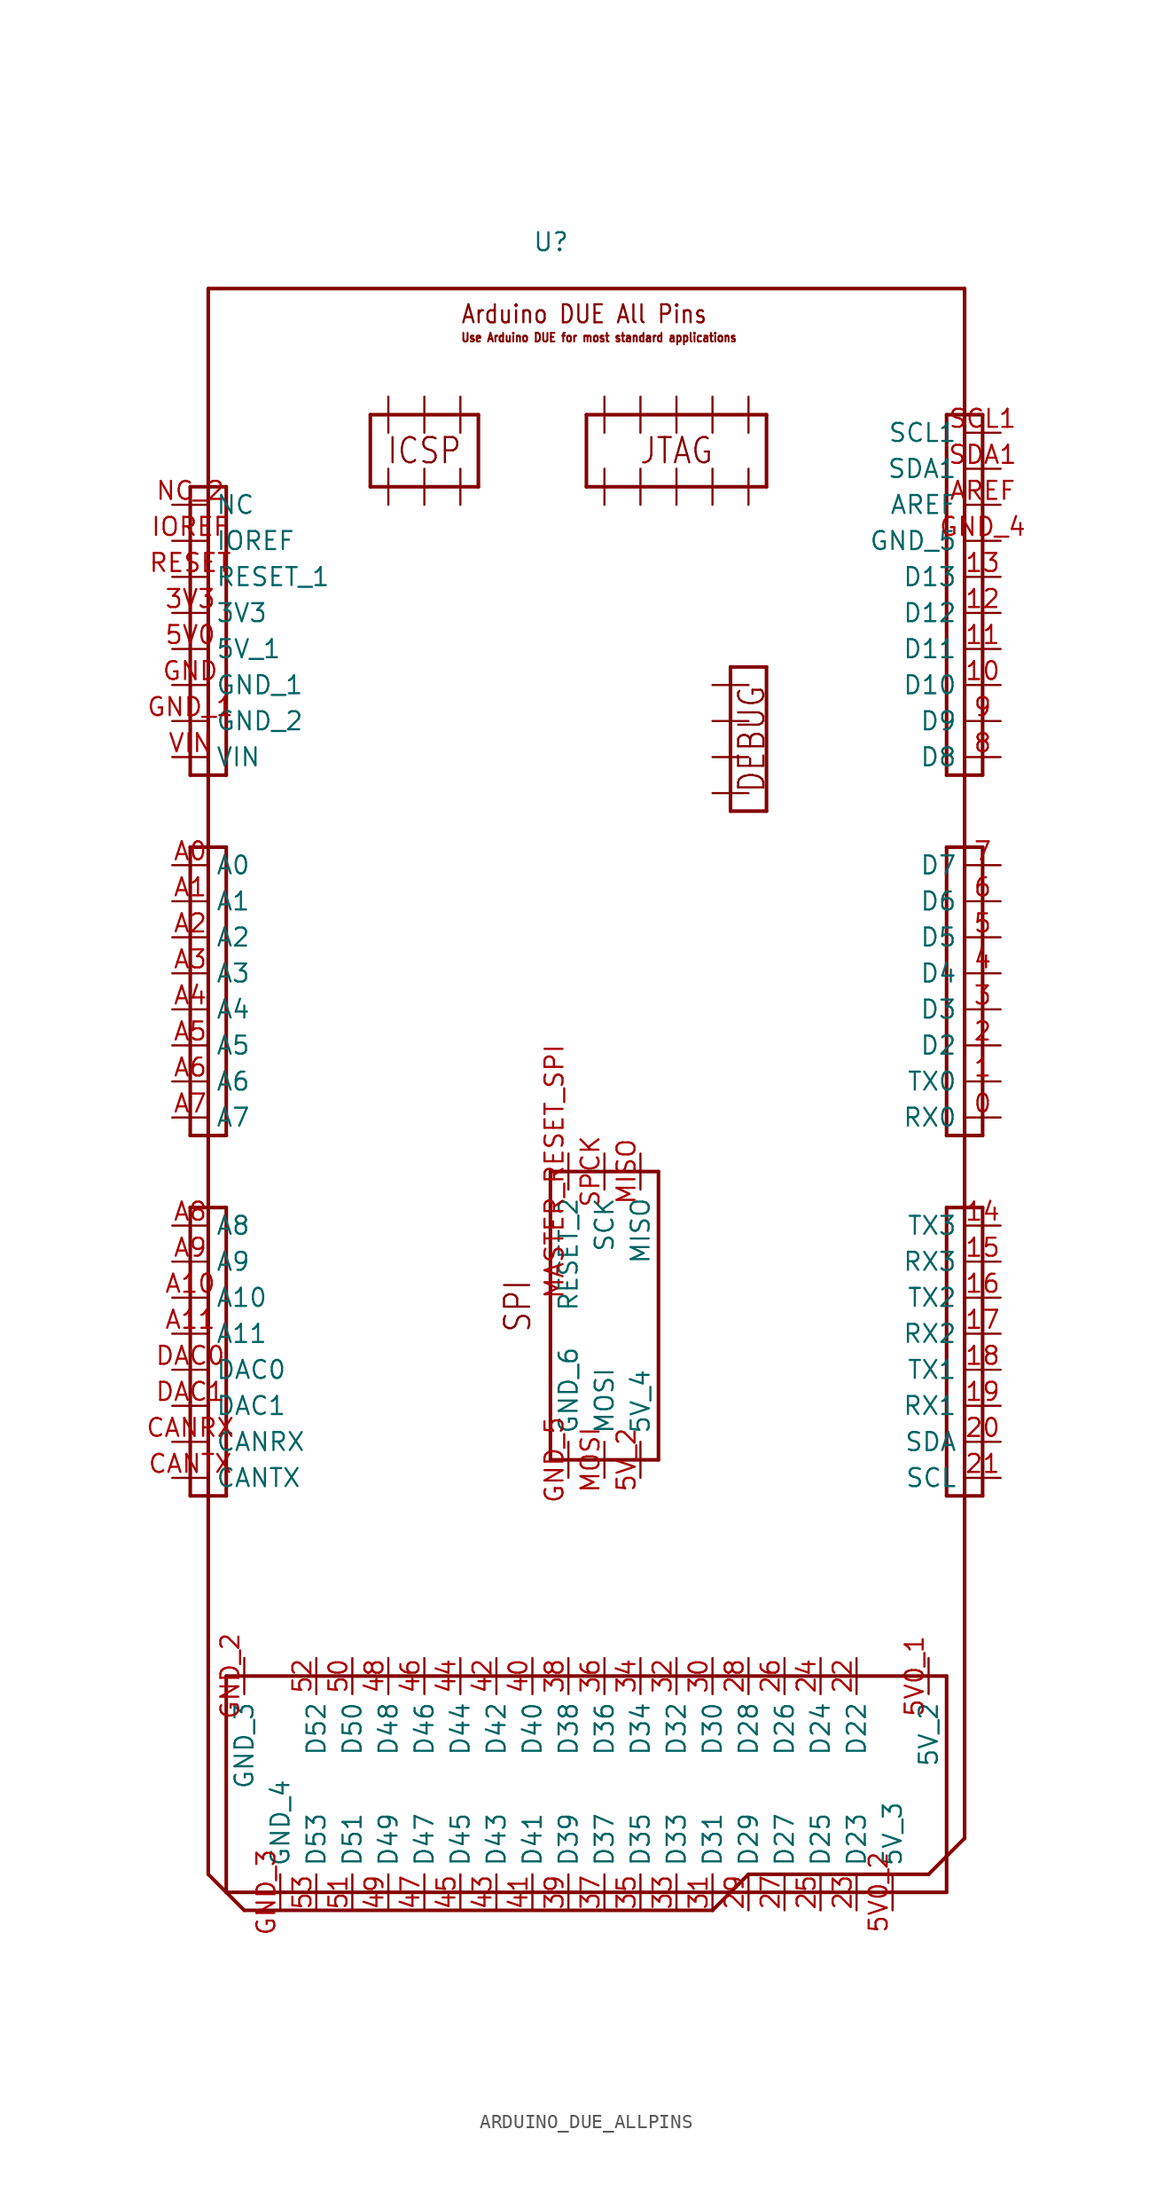
<source format=kicad_sym>
(kicad_symbol_lib
  (version 20211014)
  (generator kicad_symbol_editor)
  (symbol "ARDUINO_DUE_ALLPINS"
    (pin_names)
    (property "Reference" "U"
      (at 22.86 2.54 0)
      (effects (font (size 1.27 1.27)) (justify left bottom)))
    (property "Datasheet" ""
      (at 0 0 0))
    (property "ki_description" "https://forum.arduino.cc/t/due-pinout-diagram/129258 "
      (at 0 0 0))
    (property "ki_fp_filters" "FlashPCB_DevBoards:ARDUINO_DUE_ALLPINS FlashPCB_DevBoards:ARDUINO_DUE_SHIELD_ALLPINS"
      (at 0 0 0))
    (symbol "ARDUINO_DUE_ALLPINS_1_1"
      (text "Arduino DUE All Pins" (at 17.78 -2.54 0) (effects (font (size 1.27 1.086)) (justify left bottom)))
      (text "SPI" (at 22.86 -73.66 900) (effects (font (size 1.778 1.52)) (justify left bottom)))
      (text "DEBUG" (at 39.37 -31.75 900) (effects (font (size 1.778 1.52)) (justify bottom)))
      (text "ICSP" (at 15.24 -11.43 0) (effects (font (size 1.778 1.52))))
      (text "JTAG" (at 33.02 -11.43 0) (effects (font (size 1.778 1.52))))
      (text "Use Arduino DUE for most standard applications" (at 17.78 -3.81 0) (effects (font (size 0.61 0.521)) (justify left bottom)))
      (polyline (pts (xy 1.27 -97.79) (xy 52.07 -97.79)) (stroke (width 0.254)) (fill (type none)))
      (polyline (pts (xy 52.07 -97.79) (xy 52.07 -113.03)) (stroke (width 0.254)) (fill (type none)))
      (polyline (pts (xy 52.07 -113.03) (xy 1.27 -113.03)) (stroke (width 0.254)) (fill (type none)))
      (polyline (pts (xy 1.27 -113.03) (xy 1.27 -97.79)) (stroke (width 0.254)) (fill (type none)))
      (polyline (pts (xy -1.27 -64.77) (xy 1.27 -64.77)) (stroke (width 0.254)) (fill (type none)))
      (polyline (pts (xy 1.27 -64.77) (xy 1.27 -85.09)) (stroke (width 0.254)) (fill (type none)))
      (polyline (pts (xy 1.27 -85.09) (xy -1.27 -85.09)) (stroke (width 0.254)) (fill (type none)))
      (polyline (pts (xy -1.27 -85.09) (xy -1.27 -64.77)) (stroke (width 0.254)) (fill (type none)))
      (polyline (pts (xy 54.61 -64.77) (xy 52.07 -64.77)) (stroke (width 0.254)) (fill (type none)))
      (polyline (pts (xy 52.07 -64.77) (xy 52.07 -85.09)) (stroke (width 0.254)) (fill (type none)))
      (polyline (pts (xy 52.07 -85.09) (xy 54.61 -85.09)) (stroke (width 0.254)) (fill (type none)))
      (polyline (pts (xy 54.61 -85.09) (xy 54.61 -64.77)) (stroke (width 0.254)) (fill (type none)))
      (polyline (pts (xy -1.27 -39.37) (xy 1.27 -39.37)) (stroke (width 0.254)) (fill (type none)))
      (polyline (pts (xy 1.27 -39.37) (xy 1.27 -59.69)) (stroke (width 0.254)) (fill (type none)))
      (polyline (pts (xy 1.27 -59.69) (xy -1.27 -59.69)) (stroke (width 0.254)) (fill (type none)))
      (polyline (pts (xy -1.27 -59.69) (xy -1.27 -39.37)) (stroke (width 0.254)) (fill (type none)))
      (polyline (pts (xy 52.07 -39.37) (xy 54.61 -39.37)) (stroke (width 0.254)) (fill (type none)))
      (polyline (pts (xy 54.61 -39.37) (xy 54.61 -59.69)) (stroke (width 0.254)) (fill (type none)))
      (polyline (pts (xy 54.61 -59.69) (xy 52.07 -59.69)) (stroke (width 0.254)) (fill (type none)))
      (polyline (pts (xy 52.07 -59.69) (xy 52.07 -39.37)) (stroke (width 0.254)) (fill (type none)))
      (polyline (pts (xy -1.27 -13.97) (xy 1.27 -13.97)) (stroke (width 0.254)) (fill (type none)))
      (polyline (pts (xy 1.27 -13.97) (xy 1.27 -34.29)) (stroke (width 0.254)) (fill (type none)))
      (polyline (pts (xy 1.27 -34.29) (xy -1.27 -34.29)) (stroke (width 0.254)) (fill (type none)))
      (polyline (pts (xy -1.27 -34.29) (xy -1.27 -13.97)) (stroke (width 0.254)) (fill (type none)))
      (polyline (pts (xy 52.07 -8.89) (xy 54.61 -8.89)) (stroke (width 0.254)) (fill (type none)))
      (polyline (pts (xy 54.61 -8.89) (xy 54.61 -34.29)) (stroke (width 0.254)) (fill (type none)))
      (polyline (pts (xy 54.61 -34.29) (xy 52.07 -34.29)) (stroke (width 0.254)) (fill (type none)))
      (polyline (pts (xy 52.07 -34.29) (xy 52.07 -8.89)) (stroke (width 0.254)) (fill (type none)))
      (polyline (pts (xy 24.13 -62.23) (xy 31.75 -62.23)) (stroke (width 0.254)) (fill (type none)))
      (polyline (pts (xy 31.75 -62.23) (xy 31.75 -82.55)) (stroke (width 0.254)) (fill (type none)))
      (polyline (pts (xy 31.75 -82.55) (xy 24.13 -82.55)) (stroke (width 0.254)) (fill (type none)))
      (polyline (pts (xy 24.13 -82.55) (xy 24.13 -62.23)) (stroke (width 0.254)) (fill (type none)))
      (polyline (pts (xy 36.83 -26.67) (xy 39.37 -26.67)) (stroke (width 0.254)) (fill (type none)))
      (polyline (pts (xy 39.37 -26.67) (xy 39.37 -36.83)) (stroke (width 0.254)) (fill (type none)))
      (polyline (pts (xy 39.37 -36.83) (xy 36.83 -36.83)) (stroke (width 0.254)) (fill (type none)))
      (polyline (pts (xy 36.83 -36.83) (xy 36.83 -26.67)) (stroke (width 0.254)) (fill (type none)))
      (polyline (pts (xy 11.43 -8.89) (xy 19.05 -8.89)) (stroke (width 0.254)) (fill (type none)))
      (polyline (pts (xy 19.05 -8.89) (xy 19.05 -13.97)) (stroke (width 0.254)) (fill (type none)))
      (polyline (pts (xy 19.05 -13.97) (xy 11.43 -13.97)) (stroke (width 0.254)) (fill (type none)))
      (polyline (pts (xy 11.43 -13.97) (xy 11.43 -8.89)) (stroke (width 0.254)) (fill (type none)))
      (polyline (pts (xy 26.67 -8.89) (xy 39.37 -8.89)) (stroke (width 0.254)) (fill (type none)))
      (polyline (pts (xy 39.37 -8.89) (xy 39.37 -13.97)) (stroke (width 0.254)) (fill (type none)))
      (polyline (pts (xy 39.37 -13.97) (xy 26.67 -13.97)) (stroke (width 0.254)) (fill (type none)))
      (polyline (pts (xy 26.67 -13.97) (xy 26.67 -8.89)) (stroke (width 0.254)) (fill (type none)))
      (polyline (pts (xy 0 0) (xy 53.34 0)) (stroke (width 0.254)) (fill (type none)))
      (polyline (pts (xy 53.34 0) (xy 53.34 -109.22)) (stroke (width 0.254)) (fill (type none)))
      (polyline (pts (xy 53.34 -109.22) (xy 50.8 -111.76)) (stroke (width 0.254)) (fill (type none)))
      (polyline (pts (xy 50.8 -111.76) (xy 38.1 -111.76)) (stroke (width 0.254)) (fill (type none)))
      (polyline (pts (xy 38.1 -111.76) (xy 35.56 -114.3)) (stroke (width 0.254)) (fill (type none)))
      (polyline (pts (xy 35.56 -114.3) (xy 2.54 -114.3)) (stroke (width 0.254)) (fill (type none)))
      (polyline (pts (xy 2.54 -114.3) (xy 0 -111.76)) (stroke (width 0.254)) (fill (type none)))
      (polyline (pts (xy 0 -111.76) (xy 0 0)) (stroke (width 0.254)) (fill (type none)))
      (pin bidirectional line (at -2.54 -15.24 0) (length 2.54) (name "NC" (effects (font (size 1.27 1.27)))) (number "NC_2" (effects (font (size 1.27 1.27)))))
      (pin bidirectional line (at -2.54 -17.78 0) (length 2.54) (name "IOREF" (effects (font (size 1.27 1.27)))) (number "IOREF" (effects (font (size 1.27 1.27)))))
      (pin bidirectional line (at -2.54 -20.32 0) (length 2.54) (name "RESET_1" (effects (font (size 1.27 1.27)))) (number "RESET" (effects (font (size 1.27 1.27)))))
      (pin bidirectional line (at -2.54 -22.86 0) (length 2.54) (name "3V3" (effects (font (size 1.27 1.27)))) (number "3V3" (effects (font (size 1.27 1.27)))))
      (pin bidirectional line (at -2.54 -25.4 0) (length 2.54) (name "5V_1" (effects (font (size 1.27 1.27)))) (number "5V0" (effects (font (size 1.27 1.27)))))
      (pin bidirectional line (at -2.54 -27.94 0) (length 2.54) (name "GND_1" (effects (font (size 1.27 1.27)))) (number "GND" (effects (font (size 1.27 1.27)))))
      (pin bidirectional line (at -2.54 -30.48 0) (length 2.54) (name "GND_2" (effects (font (size 1.27 1.27)))) (number "GND_1" (effects (font (size 1.27 1.27)))))
      (pin bidirectional line (at -2.54 -33.02 0) (length 2.54) (name "VIN" (effects (font (size 1.27 1.27)))) (number "VIN" (effects (font (size 1.27 1.27)))))
      (pin bidirectional line (at -2.54 -40.64 0) (length 2.54) (name "A0" (effects (font (size 1.27 1.27)))) (number "A0" (effects (font (size 1.27 1.27)))))
      (pin bidirectional line (at -2.54 -43.18 0) (length 2.54) (name "A1" (effects (font (size 1.27 1.27)))) (number "A1" (effects (font (size 1.27 1.27)))))
      (pin bidirectional line (at -2.54 -45.72 0) (length 2.54) (name "A2" (effects (font (size 1.27 1.27)))) (number "A2" (effects (font (size 1.27 1.27)))))
      (pin bidirectional line (at -2.54 -48.26 0) (length 2.54) (name "A3" (effects (font (size 1.27 1.27)))) (number "A3" (effects (font (size 1.27 1.27)))))
      (pin bidirectional line (at -2.54 -50.8 0) (length 2.54) (name "A4" (effects (font (size 1.27 1.27)))) (number "A4" (effects (font (size 1.27 1.27)))))
      (pin bidirectional line (at -2.54 -53.34 0) (length 2.54) (name "A5" (effects (font (size 1.27 1.27)))) (number "A5" (effects (font (size 1.27 1.27)))))
      (pin bidirectional line (at -2.54 -55.88 0) (length 2.54) (name "A6" (effects (font (size 1.27 1.27)))) (number "A6" (effects (font (size 1.27 1.27)))))
      (pin bidirectional line (at -2.54 -58.42 0) (length 2.54) (name "A7" (effects (font (size 1.27 1.27)))) (number "A7" (effects (font (size 1.27 1.27)))))
      (pin bidirectional line (at -2.54 -66.04 0) (length 2.54) (name "A8" (effects (font (size 1.27 1.27)))) (number "A8" (effects (font (size 1.27 1.27)))))
      (pin bidirectional line (at -2.54 -68.58 0) (length 2.54) (name "A9" (effects (font (size 1.27 1.27)))) (number "A9" (effects (font (size 1.27 1.27)))))
      (pin bidirectional line (at -2.54 -71.12 0) (length 2.54) (name "A10" (effects (font (size 1.27 1.27)))) (number "A10" (effects (font (size 1.27 1.27)))))
      (pin bidirectional line (at -2.54 -73.66 0) (length 2.54) (name "A11" (effects (font (size 1.27 1.27)))) (number "A11" (effects (font (size 1.27 1.27)))))
      (pin bidirectional line (at -2.54 -76.2 0) (length 2.54) (name "DAC0" (effects (font (size 1.27 1.27)))) (number "DAC0" (effects (font (size 1.27 1.27)))))
      (pin bidirectional line (at -2.54 -78.74 0) (length 2.54) (name "DAC1" (effects (font (size 1.27 1.27)))) (number "DAC1" (effects (font (size 1.27 1.27)))))
      (pin bidirectional line (at -2.54 -81.28 0) (length 2.54) (name "CANRX" (effects (font (size 1.27 1.27)))) (number "CANRX" (effects (font (size 1.27 1.27)))))
      (pin bidirectional line (at -2.54 -83.82 0) (length 2.54) (name "CANTX" (effects (font (size 1.27 1.27)))) (number "CANTX" (effects (font (size 1.27 1.27)))))
      (pin bidirectional line (at 5.08 -114.3 90) (length 2.54) (name "GND_4" (effects (font (size 1.27 1.27)))) (number "GND_3" (effects (font (size 1.27 1.27)))))
      (pin bidirectional line (at 7.62 -114.3 90) (length 2.54) (name "D53" (effects (font (size 1.27 1.27)))) (number "53" (effects (font (size 1.27 1.27)))))
      (pin bidirectional line (at 10.16 -114.3 90) (length 2.54) (name "D51" (effects (font (size 1.27 1.27)))) (number "51" (effects (font (size 1.27 1.27)))))
      (pin bidirectional line (at 12.7 -114.3 90) (length 2.54) (name "D49" (effects (font (size 1.27 1.27)))) (number "49" (effects (font (size 1.27 1.27)))))
      (pin bidirectional line (at 15.24 -114.3 90) (length 2.54) (name "D47" (effects (font (size 1.27 1.27)))) (number "47" (effects (font (size 1.27 1.27)))))
      (pin bidirectional line (at 17.78 -114.3 90) (length 2.54) (name "D45" (effects (font (size 1.27 1.27)))) (number "45" (effects (font (size 1.27 1.27)))))
      (pin bidirectional line (at 20.32 -114.3 90) (length 2.54) (name "D43" (effects (font (size 1.27 1.27)))) (number "43" (effects (font (size 1.27 1.27)))))
      (pin bidirectional line (at 22.86 -114.3 90) (length 2.54) (name "D41" (effects (font (size 1.27 1.27)))) (number "41" (effects (font (size 1.27 1.27)))))
      (pin bidirectional line (at 25.4 -114.3 90) (length 2.54) (name "D39" (effects (font (size 1.27 1.27)))) (number "39" (effects (font (size 1.27 1.27)))))
      (pin bidirectional line (at 27.94 -114.3 90) (length 2.54) (name "D37" (effects (font (size 1.27 1.27)))) (number "37" (effects (font (size 1.27 1.27)))))
      (pin bidirectional line (at 33.02 -114.3 90) (length 2.54) (name "D33" (effects (font (size 1.27 1.27)))) (number "33" (effects (font (size 1.27 1.27)))))
      (pin bidirectional line (at 30.48 -114.3 90) (length 2.54) (name "D35" (effects (font (size 1.27 1.27)))) (number "35" (effects (font (size 1.27 1.27)))))
      (pin bidirectional line (at 35.56 -114.3 90) (length 2.54) (name "D31" (effects (font (size 1.27 1.27)))) (number "31" (effects (font (size 1.27 1.27)))))
      (pin bidirectional line (at 38.1 -114.3 90) (length 2.54) (name "D29" (effects (font (size 1.27 1.27)))) (number "29" (effects (font (size 1.27 1.27)))))
      (pin bidirectional line (at 40.64 -114.3 90) (length 2.54) (name "D27" (effects (font (size 1.27 1.27)))) (number "27" (effects (font (size 1.27 1.27)))))
      (pin bidirectional line (at 43.18 -114.3 90) (length 2.54) (name "D25" (effects (font (size 1.27 1.27)))) (number "25" (effects (font (size 1.27 1.27)))))
      (pin bidirectional line (at 45.72 -114.3 90) (length 2.54) (name "D23" (effects (font (size 1.27 1.27)))) (number "23" (effects (font (size 1.27 1.27)))))
      (pin bidirectional line (at 48.26 -114.3 90) (length 2.54) (name "5V_3" (effects (font (size 1.27 1.27)))) (number "5V0_2" (effects (font (size 1.27 1.27)))))
      (pin bidirectional line (at 50.8 -96.52 270) (length 2.54) (name "5V_2" (effects (font (size 1.27 1.27)))) (number "5V0_1" (effects (font (size 1.27 1.27)))))
      (pin bidirectional line (at 45.72 -96.52 270) (length 2.54) (name "D22" (effects (font (size 1.27 1.27)))) (number "22" (effects (font (size 1.27 1.27)))))
      (pin bidirectional line (at 43.18 -96.52 270) (length 2.54) (name "D24" (effects (font (size 1.27 1.27)))) (number "24" (effects (font (size 1.27 1.27)))))
      (pin bidirectional line (at 40.64 -96.52 270) (length 2.54) (name "D26" (effects (font (size 1.27 1.27)))) (number "26" (effects (font (size 1.27 1.27)))))
      (pin bidirectional line (at 38.1 -96.52 270) (length 2.54) (name "D28" (effects (font (size 1.27 1.27)))) (number "28" (effects (font (size 1.27 1.27)))))
      (pin bidirectional line (at 35.56 -96.52 270) (length 2.54) (name "D30" (effects (font (size 1.27 1.27)))) (number "30" (effects (font (size 1.27 1.27)))))
      (pin bidirectional line (at 33.02 -96.52 270) (length 2.54) (name "D32" (effects (font (size 1.27 1.27)))) (number "32" (effects (font (size 1.27 1.27)))))
      (pin bidirectional line (at 30.48 -96.52 270) (length 2.54) (name "D34" (effects (font (size 1.27 1.27)))) (number "34" (effects (font (size 1.27 1.27)))))
      (pin bidirectional line (at 27.94 -96.52 270) (length 2.54) (name "D36" (effects (font (size 1.27 1.27)))) (number "36" (effects (font (size 1.27 1.27)))))
      (pin bidirectional line (at 25.4 -96.52 270) (length 2.54) (name "D38" (effects (font (size 1.27 1.27)))) (number "38" (effects (font (size 1.27 1.27)))))
      (pin bidirectional line (at 22.86 -96.52 270) (length 2.54) (name "D40" (effects (font (size 1.27 1.27)))) (number "40" (effects (font (size 1.27 1.27)))))
      (pin bidirectional line (at 20.32 -96.52 270) (length 2.54) (name "D42" (effects (font (size 1.27 1.27)))) (number "42" (effects (font (size 1.27 1.27)))))
      (pin bidirectional line (at 17.78 -96.52 270) (length 2.54) (name "D44" (effects (font (size 1.27 1.27)))) (number "44" (effects (font (size 1.27 1.27)))))
      (pin bidirectional line (at 15.24 -96.52 270) (length 2.54) (name "D46" (effects (font (size 1.27 1.27)))) (number "46" (effects (font (size 1.27 1.27)))))
      (pin bidirectional line (at 12.7 -96.52 270) (length 2.54) (name "D48" (effects (font (size 1.27 1.27)))) (number "48" (effects (font (size 1.27 1.27)))))
      (pin bidirectional line (at 10.16 -96.52 270) (length 2.54) (name "D50" (effects (font (size 1.27 1.27)))) (number "50" (effects (font (size 1.27 1.27)))))
      (pin bidirectional line (at 7.62 -96.52 270) (length 2.54) (name "D52" (effects (font (size 1.27 1.27)))) (number "52" (effects (font (size 1.27 1.27)))))
      (pin bidirectional line (at 2.54 -96.52 270) (length 2.54) (name "GND_3" (effects (font (size 1.27 1.27)))) (number "GND_2" (effects (font (size 1.27 1.27)))))
      (pin bidirectional line (at 55.88 -83.82 180) (length 2.54) (name "SCL" (effects (font (size 1.27 1.27)))) (number "21" (effects (font (size 1.27 1.27)))))
      (pin bidirectional line (at 55.88 -81.28 180) (length 2.54) (name "SDA" (effects (font (size 1.27 1.27)))) (number "20" (effects (font (size 1.27 1.27)))))
      (pin bidirectional line (at 55.88 -78.74 180) (length 2.54) (name "RX1" (effects (font (size 1.27 1.27)))) (number "19" (effects (font (size 1.27 1.27)))))
      (pin bidirectional line (at 55.88 -76.2 180) (length 2.54) (name "TX1" (effects (font (size 1.27 1.27)))) (number "18" (effects (font (size 1.27 1.27)))))
      (pin bidirectional line (at 55.88 -73.66 180) (length 2.54) (name "RX2" (effects (font (size 1.27 1.27)))) (number "17" (effects (font (size 1.27 1.27)))))
      (pin bidirectional line (at 55.88 -71.12 180) (length 2.54) (name "TX2" (effects (font (size 1.27 1.27)))) (number "16" (effects (font (size 1.27 1.27)))))
      (pin bidirectional line (at 55.88 -68.58 180) (length 2.54) (name "RX3" (effects (font (size 1.27 1.27)))) (number "15" (effects (font (size 1.27 1.27)))))
      (pin bidirectional line (at 55.88 -66.04 180) (length 2.54) (name "TX3" (effects (font (size 1.27 1.27)))) (number "14" (effects (font (size 1.27 1.27)))))
      (pin bidirectional line (at 55.88 -58.42 180) (length 2.54) (name "RX0" (effects (font (size 1.27 1.27)))) (number "0" (effects (font (size 1.27 1.27)))))
      (pin bidirectional line (at 55.88 -55.88 180) (length 2.54) (name "TX0" (effects (font (size 1.27 1.27)))) (number "1" (effects (font (size 1.27 1.27)))))
      (pin bidirectional line (at 55.88 -53.34 180) (length 2.54) (name "D2" (effects (font (size 1.27 1.27)))) (number "2" (effects (font (size 1.27 1.27)))))
      (pin bidirectional line (at 55.88 -50.8 180) (length 2.54) (name "D3" (effects (font (size 1.27 1.27)))) (number "3" (effects (font (size 1.27 1.27)))))
      (pin bidirectional line (at 55.88 -48.26 180) (length 2.54) (name "D4" (effects (font (size 1.27 1.27)))) (number "4" (effects (font (size 1.27 1.27)))))
      (pin bidirectional line (at 55.88 -45.72 180) (length 2.54) (name "D5" (effects (font (size 1.27 1.27)))) (number "5" (effects (font (size 1.27 1.27)))))
      (pin bidirectional line (at 55.88 -43.18 180) (length 2.54) (name "D6" (effects (font (size 1.27 1.27)))) (number "6" (effects (font (size 1.27 1.27)))))
      (pin bidirectional line (at 55.88 -40.64 180) (length 2.54) (name "D7" (effects (font (size 1.27 1.27)))) (number "7" (effects (font (size 1.27 1.27)))))
      (pin bidirectional line (at 55.88 -33.02 180) (length 2.54) (name "D8" (effects (font (size 1.27 1.27)))) (number "8" (effects (font (size 1.27 1.27)))))
      (pin bidirectional line (at 55.88 -30.48 180) (length 2.54) (name "D9" (effects (font (size 1.27 1.27)))) (number "9" (effects (font (size 1.27 1.27)))))
      (pin bidirectional line (at 55.88 -27.94 180) (length 2.54) (name "D10" (effects (font (size 1.27 1.27)))) (number "10" (effects (font (size 1.27 1.27)))))
      (pin bidirectional line (at 55.88 -25.4 180) (length 2.54) (name "D11" (effects (font (size 1.27 1.27)))) (number "11" (effects (font (size 1.27 1.27)))))
      (pin bidirectional line (at 55.88 -22.86 180) (length 2.54) (name "D12" (effects (font (size 1.27 1.27)))) (number "12" (effects (font (size 1.27 1.27)))))
      (pin bidirectional line (at 55.88 -20.32 180) (length 2.54) (name "D13" (effects (font (size 1.27 1.27)))) (number "13" (effects (font (size 1.27 1.27)))))
      (pin bidirectional line (at 55.88 -17.78 180) (length 2.54) (name "GND_5" (effects (font (size 1.27 1.27)))) (number "GND_4" (effects (font (size 1.27 1.27)))))
      (pin bidirectional line (at 55.88 -15.24 180) (length 2.54) (name "AREF" (effects (font (size 1.27 1.27)))) (number "AREF" (effects (font (size 1.27 1.27)))))
      (pin bidirectional line (at 55.88 -12.7 180) (length 2.54) (name "SDA1" (effects (font (size 1.27 1.27)))) (number "SDA1" (effects (font (size 1.27 1.27)))))
      (pin bidirectional line (at 55.88 -10.16 180) (length 2.54) (name "SCL1" (effects (font (size 1.27 1.27)))) (number "SCL1" (effects (font (size 1.27 1.27)))))
      (pin bidirectional line (at 25.4 -60.96 270) (length 2.54) (name "RESET_2" (effects (font (size 1.27 1.27)))) (number "MASTER_RESET_SPI" (effects (font (size 1.27 1.27)))))
      (pin bidirectional line (at 25.4 -83.82 90) (length 2.54) (name "GND_6" (effects (font (size 1.27 1.27)))) (number "GND_5" (effects (font (size 1.27 1.27)))))
      (pin bidirectional line (at 27.94 -83.82 90) (length 2.54) (name "MOSI" (effects (font (size 1.27 1.27)))) (number "MOSI" (effects (font (size 1.27 1.27)))))
      (pin bidirectional line (at 27.94 -60.96 270) (length 2.54) (name "SCK" (effects (font (size 1.27 1.27)))) (number "SPCK" (effects (font (size 1.27 1.27)))))
      (pin bidirectional line (at 30.48 -60.96 270) (length 2.54) (name "MISO" (effects (font (size 1.27 1.27)))) (number "MISO" (effects (font (size 1.27 1.27)))))
      (pin bidirectional line (at 30.48 -83.82 90) (length 2.54) (name "5V_4" (effects (font (size 1.27 1.27)))) (number "5V_2" (effects (font (size 1.27 1.27)))))
      (pin power_out line (at 35.56 -27.94 0) (length 2.54) (name "SWD_RESET" (effects (font (size 0 0)))) (number "MASTER_RESET_JTAG" (effects (font (size 0 0)))))
      (pin power_out line (at 35.56 -30.48 0) (length 2.54) (name "SWD_TMS" (effects (font (size 0 0)))) (number "JTAG_TMS" (effects (font (size 0 0)))))
      (pin power_out line (at 35.56 -33.02 0) (length 2.54) (name "SWD_TCK" (effects (font (size 0 0)))) (number "JTAG_TCK" (effects (font (size 0 0)))))
      (pin power_out line (at 35.56 -35.56 0) (length 2.54) (name "SWD_GND" (effects (font (size 0 0)))) (number "GND_7" (effects (font (size 0 0)))))
      (pin power_out line (at 38.1 -7.62 270) (length 2.54) (name "1" (effects (font (size 0 0)))) (number "JTAG_RESET" (effects (font (size 0 0)))))
      (pin power_out line (at 35.56 -7.62 270) (length 2.54) (name "2" (effects (font (size 0 0)))) (number "JTAG_TDI" (effects (font (size 0 0)))))
      (pin power_out line (at 33.02 -7.62 270) (length 2.54) (name "3" (effects (font (size 0 0)))) (number "JTAG_TDO" (effects (font (size 0 0)))))
      (pin power_out line (at 30.48 -7.62 270) (length 2.54) (name "4" (effects (font (size 0 0)))) (number "JTAG_TCK_2" (effects (font (size 0 0)))))
      (pin power_out line (at 27.94 -7.62 270) (length 2.54) (name "5" (effects (font (size 0 0)))) (number "JTAG_TMS_2" (effects (font (size 0 0)))))
      (pin power_out line (at 38.1 -15.24 90) (length 2.54) (name "6" (effects (font (size 0 0)))) (number "GND_10" (effects (font (size 0 0)))))
      (pin power_out line (at 35.56 -15.24 90) (length 2.54) (name "7" (effects (font (size 0 0)))) (number "GND_9" (effects (font (size 0 0)))))
      (pin power_out line (at 33.02 -15.24 90) (length 2.54) (name "8" (effects (font (size 0 0)))) (number "NC_5" (effects (font (size 0 0)))))
      (pin power_out line (at 30.48 -15.24 90) (length 2.54) (name "9" (effects (font (size 0 0)))) (number "GND_8" (effects (font (size 0 0)))))
      (pin power_out line (at 27.94 -15.24 90) (length 2.54) (name "10" (effects (font (size 0 0)))) (number "3V3_JTAG" (effects (font (size 0 0)))))
      (pin power_out line (at 17.78 -7.62 270) (length 2.54) (name "ICSP_GND" (effects (font (size 0 0)))) (number "GND_ICSP1" (effects (font (size 0 0)))))
      (pin power_out line (at 15.24 -7.62 270) (length 2.54) (name "MOSI2" (effects (font (size 0 0)))) (number "MOSI2" (effects (font (size 0 0)))))
      (pin power_out line (at 12.7 -7.62 270) (length 2.54) (name "ICSP_5V" (effects (font (size 0 0)))) (number "5V_ICSP1" (effects (font (size 0 0)))))
      (pin power_out line (at 17.78 -15.24 90) (length 2.54) (name "ICSP_RESET2" (effects (font (size 0 0)))) (number "RESET2" (effects (font (size 0 0)))))
      (pin power_out line (at 15.24 -15.24 90) (length 2.54) (name "SCK2" (effects (font (size 0 0)))) (number "SCK2" (effects (font (size 0 0)))))
      (pin power_out line (at 12.7 -15.24 90) (length 2.54) (name "MISO2" (effects (font (size 0 0)))) (number "MISO2" (effects (font (size 0 0))))))))
</source>
